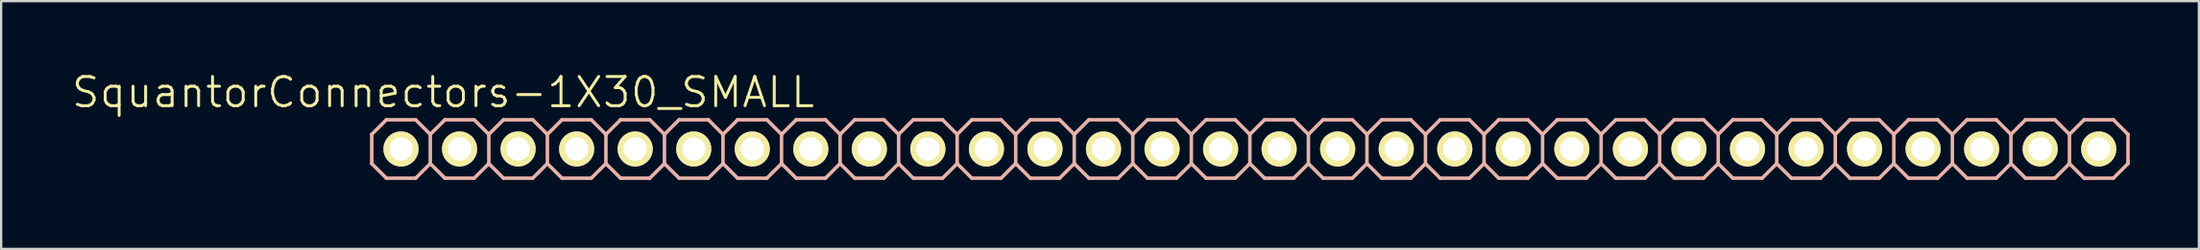
<source format=kicad_pcb>
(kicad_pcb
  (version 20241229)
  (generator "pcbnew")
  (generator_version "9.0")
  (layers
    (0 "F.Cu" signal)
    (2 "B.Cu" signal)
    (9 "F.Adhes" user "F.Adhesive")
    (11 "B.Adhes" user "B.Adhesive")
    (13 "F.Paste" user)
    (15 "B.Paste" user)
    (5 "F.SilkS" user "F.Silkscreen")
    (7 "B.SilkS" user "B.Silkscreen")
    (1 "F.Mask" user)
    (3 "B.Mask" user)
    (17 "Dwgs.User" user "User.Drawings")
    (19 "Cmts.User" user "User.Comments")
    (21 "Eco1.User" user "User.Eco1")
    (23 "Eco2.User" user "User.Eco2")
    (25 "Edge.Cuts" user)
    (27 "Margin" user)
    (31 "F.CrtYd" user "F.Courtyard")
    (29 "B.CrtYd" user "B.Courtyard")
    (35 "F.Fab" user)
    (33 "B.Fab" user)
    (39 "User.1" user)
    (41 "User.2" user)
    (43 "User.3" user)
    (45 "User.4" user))
  (footprint "SquantorConnectors-1X30_SMALL"
    (layer "F.Cu")
    (at 51.179 3.43)
    (property "Reference" "SquantorConnectors-1X30_SMALL" (at -34.999 -2.464 0) (layer "F.SilkS") (effects (font (size 1.27 1.27) (thickness 0.127))))
    (attr exclude_from_pos_files exclude_from_bom)
    (fp_line (start -37.084 -0.254) (end -36.576 -0.254) (stroke (width 0.066) (type solid)) (layer "F.SilkS"))
    (fp_line (start -37.084 0.254) (end -37.084 -0.254) (stroke (width 0.066) (type solid)) (layer "F.SilkS"))
    (fp_line (start -37.084 0.254) (end -36.576 0.254) (stroke (width 0.066) (type solid)) (layer "F.SilkS"))
    (fp_line (start -36.576 0.254) (end -36.576 -0.254) (stroke (width 0.066) (type solid)) (layer "F.SilkS"))
    (fp_line (start -34.544 -0.254) (end -34.036 -0.254) (stroke (width 0.066) (type solid)) (layer "F.SilkS"))
    (fp_line (start -34.544 0.254) (end -34.544 -0.254) (stroke (width 0.066) (type solid)) (layer "F.SilkS"))
    (fp_line (start -34.544 0.254) (end -34.036 0.254) (stroke (width 0.066) (type solid)) (layer "F.SilkS"))
    (fp_line (start -34.036 0.254) (end -34.036 -0.254) (stroke (width 0.066) (type solid)) (layer "F.SilkS"))
    (fp_line (start -32.004 -0.254) (end -31.496 -0.254) (stroke (width 0.066) (type solid)) (layer "F.SilkS"))
    (fp_line (start -32.004 0.254) (end -32.004 -0.254) (stroke (width 0.066) (type solid)) (layer "F.SilkS"))
    (fp_line (start -32.004 0.254) (end -31.496 0.254) (stroke (width 0.066) (type solid)) (layer "F.SilkS"))
    (fp_line (start -31.496 0.254) (end -31.496 -0.254) (stroke (width 0.066) (type solid)) (layer "F.SilkS"))
    (fp_line (start -29.464 -0.254) (end -28.953 -0.254) (stroke (width 0.066) (type solid)) (layer "F.SilkS"))
    (fp_line (start -29.464 0.254) (end -29.464 -0.254) (stroke (width 0.066) (type solid)) (layer "F.SilkS"))
    (fp_line (start -29.464 0.254) (end -28.953 0.254) (stroke (width 0.066) (type solid)) (layer "F.SilkS"))
    (fp_line (start -28.953 0.254) (end -28.953 -0.254) (stroke (width 0.066) (type solid)) (layer "F.SilkS"))
    (fp_line (start -26.924 -0.254) (end -26.416 -0.254) (stroke (width 0.066) (type solid)) (layer "F.SilkS"))
    (fp_line (start -26.924 0.254) (end -26.924 -0.254) (stroke (width 0.066) (type solid)) (layer "F.SilkS"))
    (fp_line (start -26.924 0.254) (end -26.416 0.254) (stroke (width 0.066) (type solid)) (layer "F.SilkS"))
    (fp_line (start -26.416 0.254) (end -26.416 -0.254) (stroke (width 0.066) (type solid)) (layer "F.SilkS"))
    (fp_line (start -24.384 -0.254) (end -23.876 -0.254) (stroke (width 0.066) (type solid)) (layer "F.SilkS"))
    (fp_line (start -24.384 0.254) (end -24.384 -0.254) (stroke (width 0.066) (type solid)) (layer "F.SilkS"))
    (fp_line (start -24.384 0.254) (end -23.876 0.254) (stroke (width 0.066) (type solid)) (layer "F.SilkS"))
    (fp_line (start -23.876 0.254) (end -23.876 -0.254) (stroke (width 0.066) (type solid)) (layer "F.SilkS"))
    (fp_line (start -21.844 -0.254) (end -21.336 -0.254) (stroke (width 0.066) (type solid)) (layer "F.SilkS"))
    (fp_line (start -21.844 0.254) (end -21.844 -0.254) (stroke (width 0.066) (type solid)) (layer "F.SilkS"))
    (fp_line (start -21.844 0.254) (end -21.336 0.254) (stroke (width 0.066) (type solid)) (layer "F.SilkS"))
    (fp_line (start -21.336 0.254) (end -21.336 -0.254) (stroke (width 0.066) (type solid)) (layer "F.SilkS"))
    (fp_line (start -19.304 -0.254) (end -18.796 -0.254) (stroke (width 0.066) (type solid)) (layer "F.SilkS"))
    (fp_line (start -19.304 0.254) (end -19.304 -0.254) (stroke (width 0.066) (type solid)) (layer "F.SilkS"))
    (fp_line (start -19.304 0.254) (end -18.796 0.254) (stroke (width 0.066) (type solid)) (layer "F.SilkS"))
    (fp_line (start -18.796 0.254) (end -18.796 -0.254) (stroke (width 0.066) (type solid)) (layer "F.SilkS"))
    (fp_line (start -16.764 -0.254) (end -16.256 -0.254) (stroke (width 0.066) (type solid)) (layer "F.SilkS"))
    (fp_line (start -16.764 0.254) (end -16.764 -0.254) (stroke (width 0.066) (type solid)) (layer "F.SilkS"))
    (fp_line (start -16.764 0.254) (end -16.256 0.254) (stroke (width 0.066) (type solid)) (layer "F.SilkS"))
    (fp_line (start -16.256 0.254) (end -16.256 -0.254) (stroke (width 0.066) (type solid)) (layer "F.SilkS"))
    (fp_line (start -14.224 -0.254) (end -13.716 -0.254) (stroke (width 0.066) (type solid)) (layer "F.SilkS"))
    (fp_line (start -14.224 0.254) (end -14.224 -0.254) (stroke (width 0.066) (type solid)) (layer "F.SilkS"))
    (fp_line (start -14.224 0.254) (end -13.716 0.254) (stroke (width 0.066) (type solid)) (layer "F.SilkS"))
    (fp_line (start -13.716 0.254) (end -13.716 -0.254) (stroke (width 0.066) (type solid)) (layer "F.SilkS"))
    (fp_line (start -11.684 -0.254) (end -11.176 -0.254) (stroke (width 0.066) (type solid)) (layer "F.SilkS"))
    (fp_line (start -11.684 0.254) (end -11.684 -0.254) (stroke (width 0.066) (type solid)) (layer "F.SilkS"))
    (fp_line (start -11.684 0.254) (end -11.176 0.254) (stroke (width 0.066) (type solid)) (layer "F.SilkS"))
    (fp_line (start -11.176 0.254) (end -11.176 -0.254) (stroke (width 0.066) (type solid)) (layer "F.SilkS"))
    (fp_line (start -9.144 -0.254) (end -8.636 -0.254) (stroke (width 0.066) (type solid)) (layer "F.SilkS"))
    (fp_line (start -9.144 0.254) (end -9.144 -0.254) (stroke (width 0.066) (type solid)) (layer "F.SilkS"))
    (fp_line (start -9.144 0.254) (end -8.636 0.254) (stroke (width 0.066) (type solid)) (layer "F.SilkS"))
    (fp_line (start -8.636 0.254) (end -8.636 -0.254) (stroke (width 0.066) (type solid)) (layer "F.SilkS"))
    (fp_line (start -6.604 -0.254) (end -6.096 -0.254) (stroke (width 0.066) (type solid)) (layer "F.SilkS"))
    (fp_line (start -6.604 0.254) (end -6.604 -0.254) (stroke (width 0.066) (type solid)) (layer "F.SilkS"))
    (fp_line (start -6.604 0.254) (end -6.096 0.254) (stroke (width 0.066) (type solid)) (layer "F.SilkS"))
    (fp_line (start -6.096 0.254) (end -6.096 -0.254) (stroke (width 0.066) (type solid)) (layer "F.SilkS"))
    (fp_line (start -4.064 -0.254) (end -3.556 -0.254) (stroke (width 0.066) (type solid)) (layer "F.SilkS"))
    (fp_line (start -4.064 0.254) (end -4.064 -0.254) (stroke (width 0.066) (type solid)) (layer "F.SilkS"))
    (fp_line (start -4.064 0.254) (end -3.556 0.254) (stroke (width 0.066) (type solid)) (layer "F.SilkS"))
    (fp_line (start -3.556 0.254) (end -3.556 -0.254) (stroke (width 0.066) (type solid)) (layer "F.SilkS"))
    (fp_line (start -1.524 -0.254) (end -1.016 -0.254) (stroke (width 0.066) (type solid)) (layer "F.SilkS"))
    (fp_line (start -1.524 0.254) (end -1.524 -0.254) (stroke (width 0.066) (type solid)) (layer "F.SilkS"))
    (fp_line (start -1.524 0.254) (end -1.016 0.254) (stroke (width 0.066) (type solid)) (layer "F.SilkS"))
    (fp_line (start -1.016 0.254) (end -1.016 -0.254) (stroke (width 0.066) (type solid)) (layer "F.SilkS"))
    (fp_line (start 1.016 -0.254) (end 1.524 -0.254) (stroke (width 0.066) (type solid)) (layer "F.SilkS"))
    (fp_line (start 1.016 0.254) (end 1.016 -0.254) (stroke (width 0.066) (type solid)) (layer "F.SilkS"))
    (fp_line (start 1.016 0.254) (end 1.524 0.254) (stroke (width 0.066) (type solid)) (layer "F.SilkS"))
    (fp_line (start 1.524 0.254) (end 1.524 -0.254) (stroke (width 0.066) (type solid)) (layer "F.SilkS"))
    (fp_line (start 3.556 -0.254) (end 4.064 -0.254) (stroke (width 0.066) (type solid)) (layer "F.SilkS"))
    (fp_line (start 3.556 0.254) (end 3.556 -0.254) (stroke (width 0.066) (type solid)) (layer "F.SilkS"))
    (fp_line (start 3.556 0.254) (end 4.064 0.254) (stroke (width 0.066) (type solid)) (layer "F.SilkS"))
    (fp_line (start 4.064 0.254) (end 4.064 -0.254) (stroke (width 0.066) (type solid)) (layer "F.SilkS"))
    (fp_line (start 6.096 -0.254) (end 6.604 -0.254) (stroke (width 0.066) (type solid)) (layer "F.SilkS"))
    (fp_line (start 6.096 0.254) (end 6.096 -0.254) (stroke (width 0.066) (type solid)) (layer "F.SilkS"))
    (fp_line (start 6.096 0.254) (end 6.604 0.254) (stroke (width 0.066) (type solid)) (layer "F.SilkS"))
    (fp_line (start 6.604 0.254) (end 6.604 -0.254) (stroke (width 0.066) (type solid)) (layer "F.SilkS"))
    (fp_line (start 8.636 -0.254) (end 9.144 -0.254) (stroke (width 0.066) (type solid)) (layer "F.SilkS"))
    (fp_line (start 8.636 0.254) (end 8.636 -0.254) (stroke (width 0.066) (type solid)) (layer "F.SilkS"))
    (fp_line (start 8.636 0.254) (end 9.144 0.254) (stroke (width 0.066) (type solid)) (layer "F.SilkS"))
    (fp_line (start 9.144 0.254) (end 9.144 -0.254) (stroke (width 0.066) (type solid)) (layer "F.SilkS"))
    (fp_line (start 11.176 -0.254) (end 11.684 -0.254) (stroke (width 0.066) (type solid)) (layer "F.SilkS"))
    (fp_line (start 11.176 0.254) (end 11.176 -0.254) (stroke (width 0.066) (type solid)) (layer "F.SilkS"))
    (fp_line (start 11.176 0.254) (end 11.684 0.254) (stroke (width 0.066) (type solid)) (layer "F.SilkS"))
    (fp_line (start 11.684 0.254) (end 11.684 -0.254) (stroke (width 0.066) (type solid)) (layer "F.SilkS"))
    (fp_line (start 13.716 -0.254) (end 14.224 -0.254) (stroke (width 0.066) (type solid)) (layer "F.SilkS"))
    (fp_line (start 13.716 0.254) (end 13.716 -0.254) (stroke (width 0.066) (type solid)) (layer "F.SilkS"))
    (fp_line (start 13.716 0.254) (end 14.224 0.254) (stroke (width 0.066) (type solid)) (layer "F.SilkS"))
    (fp_line (start 14.224 0.254) (end 14.224 -0.254) (stroke (width 0.066) (type solid)) (layer "F.SilkS"))
    (fp_line (start 16.256 -0.254) (end 16.764 -0.254) (stroke (width 0.066) (type solid)) (layer "F.SilkS"))
    (fp_line (start 16.256 0.254) (end 16.256 -0.254) (stroke (width 0.066) (type solid)) (layer "F.SilkS"))
    (fp_line (start 16.256 0.254) (end 16.764 0.254) (stroke (width 0.066) (type solid)) (layer "F.SilkS"))
    (fp_line (start 16.764 0.254) (end 16.764 -0.254) (stroke (width 0.066) (type solid)) (layer "F.SilkS"))
    (fp_line (start 18.796 -0.254) (end 19.304 -0.254) (stroke (width 0.066) (type solid)) (layer "F.SilkS"))
    (fp_line (start 18.796 0.254) (end 18.796 -0.254) (stroke (width 0.066) (type solid)) (layer "F.SilkS"))
    (fp_line (start 18.796 0.254) (end 19.304 0.254) (stroke (width 0.066) (type solid)) (layer "F.SilkS"))
    (fp_line (start 19.304 0.254) (end 19.304 -0.254) (stroke (width 0.066) (type solid)) (layer "F.SilkS"))
    (fp_line (start 21.336 -0.254) (end 21.844 -0.254) (stroke (width 0.066) (type solid)) (layer "F.SilkS"))
    (fp_line (start 21.336 0.254) (end 21.336 -0.254) (stroke (width 0.066) (type solid)) (layer "F.SilkS"))
    (fp_line (start 21.336 0.254) (end 21.844 0.254) (stroke (width 0.066) (type solid)) (layer "F.SilkS"))
    (fp_line (start 21.844 0.254) (end 21.844 -0.254) (stroke (width 0.066) (type solid)) (layer "F.SilkS"))
    (fp_line (start 23.876 -0.254) (end 24.384 -0.254) (stroke (width 0.066) (type solid)) (layer "F.SilkS"))
    (fp_line (start 23.876 0.254) (end 23.876 -0.254) (stroke (width 0.066) (type solid)) (layer "F.SilkS"))
    (fp_line (start 23.876 0.254) (end 24.384 0.254) (stroke (width 0.066) (type solid)) (layer "F.SilkS"))
    (fp_line (start 24.384 0.254) (end 24.384 -0.254) (stroke (width 0.066) (type solid)) (layer "F.SilkS"))
    (fp_line (start 26.416 -0.254) (end 26.924 -0.254) (stroke (width 0.066) (type solid)) (layer "F.SilkS"))
    (fp_line (start 26.416 0.254) (end 26.416 -0.254) (stroke (width 0.066) (type solid)) (layer "F.SilkS"))
    (fp_line (start 26.416 0.254) (end 26.924 0.254) (stroke (width 0.066) (type solid)) (layer "F.SilkS"))
    (fp_line (start 26.924 0.254) (end 26.924 -0.254) (stroke (width 0.066) (type solid)) (layer "F.SilkS"))
    (fp_line (start 28.953 -0.254) (end 29.464 -0.254) (stroke (width 0.066) (type solid)) (layer "F.SilkS"))
    (fp_line (start 28.953 0.254) (end 28.953 -0.254) (stroke (width 0.066) (type solid)) (layer "F.SilkS"))
    (fp_line (start 28.953 0.254) (end 29.464 0.254) (stroke (width 0.066) (type solid)) (layer "F.SilkS"))
    (fp_line (start 29.464 0.254) (end 29.464 -0.254) (stroke (width 0.066) (type solid)) (layer "F.SilkS"))
    (fp_line (start 31.496 -0.254) (end 32.004 -0.254) (stroke (width 0.066) (type solid)) (layer "F.SilkS"))
    (fp_line (start 31.496 0.254) (end 31.496 -0.254) (stroke (width 0.066) (type solid)) (layer "F.SilkS"))
    (fp_line (start 31.496 0.254) (end 32.004 0.254) (stroke (width 0.066) (type solid)) (layer "F.SilkS"))
    (fp_line (start 32.004 0.254) (end 32.004 -0.254) (stroke (width 0.066) (type solid)) (layer "F.SilkS"))
    (fp_line (start 34.036 -0.254) (end 34.544 -0.254) (stroke (width 0.066) (type solid)) (layer "F.SilkS"))
    (fp_line (start 34.036 0.254) (end 34.036 -0.254) (stroke (width 0.066) (type solid)) (layer "F.SilkS"))
    (fp_line (start 34.036 0.254) (end 34.544 0.254) (stroke (width 0.066) (type solid)) (layer "F.SilkS"))
    (fp_line (start 34.544 0.254) (end 34.544 -0.254) (stroke (width 0.066) (type solid)) (layer "F.SilkS"))
    (fp_line (start 36.576 -0.254) (end 37.084 -0.254) (stroke (width 0.066) (type solid)) (layer "F.SilkS"))
    (fp_line (start 36.576 0.254) (end 36.576 -0.254) (stroke (width 0.066) (type solid)) (layer "F.SilkS"))
    (fp_line (start 36.576 0.254) (end 37.084 0.254) (stroke (width 0.066) (type solid)) (layer "F.SilkS"))
    (fp_line (start 37.084 0.254) (end 37.084 -0.254) (stroke (width 0.066) (type solid)) (layer "F.SilkS"))
    (fp_line (start -38.1 -0.635) (end -38.1 0.635) (stroke (width 0.152) (type solid)) (layer "B.SilkS"))
    (fp_line (start -38.1 0.635) (end -37.465 1.27) (stroke (width 0.152) (type solid)) (layer "B.SilkS"))
    (fp_line (start -37.465 -1.27) (end -38.1 -0.635) (stroke (width 0.152) (type solid)) (layer "B.SilkS"))
    (fp_line (start -37.465 -1.27) (end -36.195 -1.27) (stroke (width 0.152) (type solid)) (layer "B.SilkS"))
    (fp_line (start -36.195 -1.27) (end -35.56 -0.635) (stroke (width 0.152) (type solid)) (layer "B.SilkS"))
    (fp_line (start -36.195 1.27) (end -37.465 1.27) (stroke (width 0.152) (type solid)) (layer "B.SilkS"))
    (fp_line (start -35.56 -0.635) (end -35.56 0.635) (stroke (width 0.152) (type solid)) (layer "B.SilkS"))
    (fp_line (start -35.56 -0.635) (end -34.925 -1.27) (stroke (width 0.152) (type solid)) (layer "B.SilkS"))
    (fp_line (start -35.56 0.635) (end -36.195 1.27) (stroke (width 0.152) (type solid)) (layer "B.SilkS"))
    (fp_line (start -34.925 -1.27) (end -33.655 -1.27) (stroke (width 0.152) (type solid)) (layer "B.SilkS"))
    (fp_line (start -34.925 1.27) (end -35.56 0.635) (stroke (width 0.152) (type solid)) (layer "B.SilkS"))
    (fp_line (start -33.655 -1.27) (end -33.02 -0.635) (stroke (width 0.152) (type solid)) (layer "B.SilkS"))
    (fp_line (start -33.655 1.27) (end -34.925 1.27) (stroke (width 0.152) (type solid)) (layer "B.SilkS"))
    (fp_line (start -33.02 -0.635) (end -33.02 0.635) (stroke (width 0.152) (type solid)) (layer "B.SilkS"))
    (fp_line (start -33.02 -0.635) (end -32.385 -1.27) (stroke (width 0.152) (type solid)) (layer "B.SilkS"))
    (fp_line (start -33.02 0.635) (end -33.655 1.27) (stroke (width 0.152) (type solid)) (layer "B.SilkS"))
    (fp_line (start -32.385 -1.27) (end -31.115 -1.27) (stroke (width 0.152) (type solid)) (layer "B.SilkS"))
    (fp_line (start -32.385 1.27) (end -33.02 0.635) (stroke (width 0.152) (type solid)) (layer "B.SilkS"))
    (fp_line (start -31.115 -1.27) (end -30.48 -0.635) (stroke (width 0.152) (type solid)) (layer "B.SilkS"))
    (fp_line (start -31.115 1.27) (end -32.385 1.27) (stroke (width 0.152) (type solid)) (layer "B.SilkS"))
    (fp_line (start -30.48 -0.635) (end -30.48 0.635) (stroke (width 0.152) (type solid)) (layer "B.SilkS"))
    (fp_line (start -30.48 0.635) (end -31.115 1.27) (stroke (width 0.152) (type solid)) (layer "B.SilkS"))
    (fp_line (start -30.48 0.635) (end -29.845 1.27) (stroke (width 0.152) (type solid)) (layer "B.SilkS"))
    (fp_line (start -29.845 -1.27) (end -30.48 -0.635) (stroke (width 0.152) (type solid)) (layer "B.SilkS"))
    (fp_line (start -29.845 -1.27) (end -28.575 -1.27) (stroke (width 0.152) (type solid)) (layer "B.SilkS"))
    (fp_line (start -28.575 -1.27) (end -27.94 -0.635) (stroke (width 0.152) (type solid)) (layer "B.SilkS"))
    (fp_line (start -28.575 1.27) (end -29.845 1.27) (stroke (width 0.152) (type solid)) (layer "B.SilkS"))
    (fp_line (start -27.94 -0.635) (end -27.94 0.635) (stroke (width 0.152) (type solid)) (layer "B.SilkS"))
    (fp_line (start -27.94 -0.635) (end -27.305 -1.27) (stroke (width 0.152) (type solid)) (layer "B.SilkS"))
    (fp_line (start -27.94 0.635) (end -28.575 1.27) (stroke (width 0.152) (type solid)) (layer "B.SilkS"))
    (fp_line (start -27.305 -1.27) (end -26.035 -1.27) (stroke (width 0.152) (type solid)) (layer "B.SilkS"))
    (fp_line (start -27.305 1.27) (end -27.94 0.635) (stroke (width 0.152) (type solid)) (layer "B.SilkS"))
    (fp_line (start -26.035 -1.27) (end -25.4 -0.635) (stroke (width 0.152) (type solid)) (layer "B.SilkS"))
    (fp_line (start -26.035 1.27) (end -27.305 1.27) (stroke (width 0.152) (type solid)) (layer "B.SilkS"))
    (fp_line (start -25.4 -0.635) (end -25.4 0.635) (stroke (width 0.152) (type solid)) (layer "B.SilkS"))
    (fp_line (start -25.4 -0.635) (end -24.765 -1.27) (stroke (width 0.152) (type solid)) (layer "B.SilkS"))
    (fp_line (start -25.4 0.635) (end -26.035 1.27) (stroke (width 0.152) (type solid)) (layer "B.SilkS"))
    (fp_line (start -24.765 -1.27) (end -23.495 -1.27) (stroke (width 0.152) (type solid)) (layer "B.SilkS"))
    (fp_line (start -24.765 1.27) (end -25.4 0.635) (stroke (width 0.152) (type solid)) (layer "B.SilkS"))
    (fp_line (start -23.495 -1.27) (end -22.86 -0.635) (stroke (width 0.152) (type solid)) (layer "B.SilkS"))
    (fp_line (start -23.495 1.27) (end -24.765 1.27) (stroke (width 0.152) (type solid)) (layer "B.SilkS"))
    (fp_line (start -22.86 -0.635) (end -22.86 0.635) (stroke (width 0.152) (type solid)) (layer "B.SilkS"))
    (fp_line (start -22.86 0.635) (end -23.495 1.27) (stroke (width 0.152) (type solid)) (layer "B.SilkS"))
    (fp_line (start -22.86 0.635) (end -22.225 1.27) (stroke (width 0.152) (type solid)) (layer "B.SilkS"))
    (fp_line (start -22.225 -1.27) (end -22.86 -0.635) (stroke (width 0.152) (type solid)) (layer "B.SilkS"))
    (fp_line (start -22.225 -1.27) (end -20.955 -1.27) (stroke (width 0.152) (type solid)) (layer "B.SilkS"))
    (fp_line (start -20.955 -1.27) (end -20.32 -0.635) (stroke (width 0.152) (type solid)) (layer "B.SilkS"))
    (fp_line (start -20.955 1.27) (end -22.225 1.27) (stroke (width 0.152) (type solid)) (layer "B.SilkS"))
    (fp_line (start -20.32 -0.635) (end -20.32 0.635) (stroke (width 0.152) (type solid)) (layer "B.SilkS"))
    (fp_line (start -20.32 -0.635) (end -19.685 -1.27) (stroke (width 0.152) (type solid)) (layer "B.SilkS"))
    (fp_line (start -20.32 0.635) (end -20.955 1.27) (stroke (width 0.152) (type solid)) (layer "B.SilkS"))
    (fp_line (start -19.685 -1.27) (end -18.415 -1.27) (stroke (width 0.152) (type solid)) (layer "B.SilkS"))
    (fp_line (start -19.685 1.27) (end -20.32 0.635) (stroke (width 0.152) (type solid)) (layer "B.SilkS"))
    (fp_line (start -18.415 -1.27) (end -17.78 -0.635) (stroke (width 0.152) (type solid)) (layer "B.SilkS"))
    (fp_line (start -18.415 1.27) (end -19.685 1.27) (stroke (width 0.152) (type solid)) (layer "B.SilkS"))
    (fp_line (start -17.78 -0.635) (end -17.78 0.635) (stroke (width 0.152) (type solid)) (layer "B.SilkS"))
    (fp_line (start -17.78 -0.635) (end -17.145 -1.27) (stroke (width 0.152) (type solid)) (layer "B.SilkS"))
    (fp_line (start -17.78 0.635) (end -18.415 1.27) (stroke (width 0.152) (type solid)) (layer "B.SilkS"))
    (fp_line (start -17.145 -1.27) (end -15.875 -1.27) (stroke (width 0.152) (type solid)) (layer "B.SilkS"))
    (fp_line (start -17.145 1.27) (end -17.78 0.635) (stroke (width 0.152) (type solid)) (layer "B.SilkS"))
    (fp_line (start -15.875 -1.27) (end -15.24 -0.635) (stroke (width 0.152) (type solid)) (layer "B.SilkS"))
    (fp_line (start -15.875 1.27) (end -17.145 1.27) (stroke (width 0.152) (type solid)) (layer "B.SilkS"))
    (fp_line (start -15.24 -0.635) (end -15.24 0.635) (stroke (width 0.152) (type solid)) (layer "B.SilkS"))
    (fp_line (start -15.24 0.635) (end -15.875 1.27) (stroke (width 0.152) (type solid)) (layer "B.SilkS"))
    (fp_line (start -15.24 0.635) (end -14.605 1.27) (stroke (width 0.152) (type solid)) (layer "B.SilkS"))
    (fp_line (start -14.605 -1.27) (end -15.24 -0.635) (stroke (width 0.152) (type solid)) (layer "B.SilkS"))
    (fp_line (start -14.605 -1.27) (end -13.335 -1.27) (stroke (width 0.152) (type solid)) (layer "B.SilkS"))
    (fp_line (start -13.335 -1.27) (end -12.7 -0.635) (stroke (width 0.152) (type solid)) (layer "B.SilkS"))
    (fp_line (start -13.335 1.27) (end -14.605 1.27) (stroke (width 0.152) (type solid)) (layer "B.SilkS"))
    (fp_line (start -12.7 -0.635) (end -12.7 0.635) (stroke (width 0.152) (type solid)) (layer "B.SilkS"))
    (fp_line (start -12.7 -0.635) (end -12.065 -1.27) (stroke (width 0.152) (type solid)) (layer "B.SilkS"))
    (fp_line (start -12.7 0.635) (end -13.335 1.27) (stroke (width 0.152) (type solid)) (layer "B.SilkS"))
    (fp_line (start -12.065 -1.27) (end -10.795 -1.27) (stroke (width 0.152) (type solid)) (layer "B.SilkS"))
    (fp_line (start -12.065 1.27) (end -12.7 0.635) (stroke (width 0.152) (type solid)) (layer "B.SilkS"))
    (fp_line (start -10.795 -1.27) (end -10.16 -0.635) (stroke (width 0.152) (type solid)) (layer "B.SilkS"))
    (fp_line (start -10.795 1.27) (end -12.065 1.27) (stroke (width 0.152) (type solid)) (layer "B.SilkS"))
    (fp_line (start -10.16 -0.635) (end -10.16 0.635) (stroke (width 0.152) (type solid)) (layer "B.SilkS"))
    (fp_line (start -10.16 -0.635) (end -9.525 -1.27) (stroke (width 0.152) (type solid)) (layer "B.SilkS"))
    (fp_line (start -10.16 0.635) (end -10.795 1.27) (stroke (width 0.152) (type solid)) (layer "B.SilkS"))
    (fp_line (start -9.525 -1.27) (end -8.255 -1.27) (stroke (width 0.152) (type solid)) (layer "B.SilkS"))
    (fp_line (start -9.525 1.27) (end -10.16 0.635) (stroke (width 0.152) (type solid)) (layer "B.SilkS"))
    (fp_line (start -8.255 -1.27) (end -7.62 -0.635) (stroke (width 0.152) (type solid)) (layer "B.SilkS"))
    (fp_line (start -8.255 1.27) (end -9.525 1.27) (stroke (width 0.152) (type solid)) (layer "B.SilkS"))
    (fp_line (start -7.62 -0.635) (end -7.62 0.635) (stroke (width 0.152) (type solid)) (layer "B.SilkS"))
    (fp_line (start -7.62 0.635) (end -8.255 1.27) (stroke (width 0.152) (type solid)) (layer "B.SilkS"))
    (fp_line (start -7.62 0.635) (end -6.985 1.27) (stroke (width 0.152) (type solid)) (layer "B.SilkS"))
    (fp_line (start -6.985 -1.27) (end -7.62 -0.635) (stroke (width 0.152) (type solid)) (layer "B.SilkS"))
    (fp_line (start -6.985 -1.27) (end -5.715 -1.27) (stroke (width 0.152) (type solid)) (layer "B.SilkS"))
    (fp_line (start -5.715 -1.27) (end -5.08 -0.635) (stroke (width 0.152) (type solid)) (layer "B.SilkS"))
    (fp_line (start -5.715 1.27) (end -6.985 1.27) (stroke (width 0.152) (type solid)) (layer "B.SilkS"))
    (fp_line (start -5.08 -0.635) (end -5.08 0.635) (stroke (width 0.152) (type solid)) (layer "B.SilkS"))
    (fp_line (start -5.08 -0.635) (end -4.445 -1.27) (stroke (width 0.152) (type solid)) (layer "B.SilkS"))
    (fp_line (start -5.08 0.635) (end -5.715 1.27) (stroke (width 0.152) (type solid)) (layer "B.SilkS"))
    (fp_line (start -4.445 -1.27) (end -3.175 -1.27) (stroke (width 0.152) (type solid)) (layer "B.SilkS"))
    (fp_line (start -4.445 1.27) (end -5.08 0.635) (stroke (width 0.152) (type solid)) (layer "B.SilkS"))
    (fp_line (start -3.175 -1.27) (end -2.54 -0.635) (stroke (width 0.152) (type solid)) (layer "B.SilkS"))
    (fp_line (start -3.175 1.27) (end -4.445 1.27) (stroke (width 0.152) (type solid)) (layer "B.SilkS"))
    (fp_line (start -2.54 -0.635) (end -2.54 0.635) (stroke (width 0.152) (type solid)) (layer "B.SilkS"))
    (fp_line (start -2.54 -0.635) (end -1.905 -1.27) (stroke (width 0.152) (type solid)) (layer "B.SilkS"))
    (fp_line (start -2.54 0.635) (end -3.175 1.27) (stroke (width 0.152) (type solid)) (layer "B.SilkS"))
    (fp_line (start -1.905 -1.27) (end -0.635 -1.27) (stroke (width 0.152) (type solid)) (layer "B.SilkS"))
    (fp_line (start -1.905 1.27) (end -2.54 0.635) (stroke (width 0.152) (type solid)) (layer "B.SilkS"))
    (fp_line (start -0.635 -1.27) (end 0 -0.635) (stroke (width 0.152) (type solid)) (layer "B.SilkS"))
    (fp_line (start -0.635 1.27) (end -1.905 1.27) (stroke (width 0.152) (type solid)) (layer "B.SilkS"))
    (fp_line (start 0 -0.635) (end 0 0.635) (stroke (width 0.152) (type solid)) (layer "B.SilkS"))
    (fp_line (start 0 0.635) (end -0.635 1.27) (stroke (width 0.152) (type solid)) (layer "B.SilkS"))
    (fp_line (start 0 0.635) (end 0.635 1.27) (stroke (width 0.152) (type solid)) (layer "B.SilkS"))
    (fp_line (start 0.635 -1.27) (end 0 -0.635) (stroke (width 0.152) (type solid)) (layer "B.SilkS"))
    (fp_line (start 0.635 -1.27) (end 1.905 -1.27) (stroke (width 0.152) (type solid)) (layer "B.SilkS"))
    (fp_line (start 1.905 -1.27) (end 2.54 -0.635) (stroke (width 0.152) (type solid)) (layer "B.SilkS"))
    (fp_line (start 1.905 1.27) (end 0.635 1.27) (stroke (width 0.152) (type solid)) (layer "B.SilkS"))
    (fp_line (start 2.54 -0.635) (end 2.54 0.635) (stroke (width 0.152) (type solid)) (layer "B.SilkS"))
    (fp_line (start 2.54 -0.635) (end 3.175 -1.27) (stroke (width 0.152) (type solid)) (layer "B.SilkS"))
    (fp_line (start 2.54 0.635) (end 1.905 1.27) (stroke (width 0.152) (type solid)) (layer "B.SilkS"))
    (fp_line (start 3.175 -1.27) (end 4.445 -1.27) (stroke (width 0.152) (type solid)) (layer "B.SilkS"))
    (fp_line (start 3.175 1.27) (end 2.54 0.635) (stroke (width 0.152) (type solid)) (layer "B.SilkS"))
    (fp_line (start 4.445 -1.27) (end 5.08 -0.635) (stroke (width 0.152) (type solid)) (layer "B.SilkS"))
    (fp_line (start 4.445 1.27) (end 3.175 1.27) (stroke (width 0.152) (type solid)) (layer "B.SilkS"))
    (fp_line (start 5.08 -0.635) (end 5.08 0.635) (stroke (width 0.152) (type solid)) (layer "B.SilkS"))
    (fp_line (start 5.08 -0.635) (end 5.715 -1.27) (stroke (width 0.152) (type solid)) (layer "B.SilkS"))
    (fp_line (start 5.08 0.635) (end 4.445 1.27) (stroke (width 0.152) (type solid)) (layer "B.SilkS"))
    (fp_line (start 5.715 -1.27) (end 6.985 -1.27) (stroke (width 0.152) (type solid)) (layer "B.SilkS"))
    (fp_line (start 5.715 1.27) (end 5.08 0.635) (stroke (width 0.152) (type solid)) (layer "B.SilkS"))
    (fp_line (start 6.985 -1.27) (end 7.62 -0.635) (stroke (width 0.152) (type solid)) (layer "B.SilkS"))
    (fp_line (start 6.985 1.27) (end 5.715 1.27) (stroke (width 0.152) (type solid)) (layer "B.SilkS"))
    (fp_line (start 7.62 -0.635) (end 7.62 0.635) (stroke (width 0.152) (type solid)) (layer "B.SilkS"))
    (fp_line (start 7.62 0.635) (end 6.985 1.27) (stroke (width 0.152) (type solid)) (layer "B.SilkS"))
    (fp_line (start 7.62 0.635) (end 8.255 1.27) (stroke (width 0.152) (type solid)) (layer "B.SilkS"))
    (fp_line (start 8.255 -1.27) (end 7.62 -0.635) (stroke (width 0.152) (type solid)) (layer "B.SilkS"))
    (fp_line (start 8.255 -1.27) (end 9.525 -1.27) (stroke (width 0.152) (type solid)) (layer "B.SilkS"))
    (fp_line (start 9.525 -1.27) (end 10.16 -0.635) (stroke (width 0.152) (type solid)) (layer "B.SilkS"))
    (fp_line (start 9.525 1.27) (end 8.255 1.27) (stroke (width 0.152) (type solid)) (layer "B.SilkS"))
    (fp_line (start 10.16 -0.635) (end 10.16 0.635) (stroke (width 0.152) (type solid)) (layer "B.SilkS"))
    (fp_line (start 10.16 0.635) (end 9.525 1.27) (stroke (width 0.152) (type solid)) (layer "B.SilkS"))
    (fp_line (start 10.16 0.635) (end 10.795 1.27) (stroke (width 0.152) (type solid)) (layer "B.SilkS"))
    (fp_line (start 10.795 -1.27) (end 10.16 -0.635) (stroke (width 0.152) (type solid)) (layer "B.SilkS"))
    (fp_line (start 10.795 -1.27) (end 12.065 -1.27) (stroke (width 0.152) (type solid)) (layer "B.SilkS"))
    (fp_line (start 12.065 -1.27) (end 12.7 -0.635) (stroke (width 0.152) (type solid)) (layer "B.SilkS"))
    (fp_line (start 12.065 1.27) (end 10.795 1.27) (stroke (width 0.152) (type solid)) (layer "B.SilkS"))
    (fp_line (start 12.7 -0.635) (end 12.7 0.635) (stroke (width 0.152) (type solid)) (layer "B.SilkS"))
    (fp_line (start 12.7 0.635) (end 12.065 1.27) (stroke (width 0.152) (type solid)) (layer "B.SilkS"))
    (fp_line (start 12.7 0.635) (end 13.335 1.27) (stroke (width 0.152) (type solid)) (layer "B.SilkS"))
    (fp_line (start 13.335 -1.27) (end 12.7 -0.635) (stroke (width 0.152) (type solid)) (layer "B.SilkS"))
    (fp_line (start 13.335 -1.27) (end 14.605 -1.27) (stroke (width 0.152) (type solid)) (layer "B.SilkS"))
    (fp_line (start 14.605 -1.27) (end 15.24 -0.635) (stroke (width 0.152) (type solid)) (layer "B.SilkS"))
    (fp_line (start 14.605 1.27) (end 13.335 1.27) (stroke (width 0.152) (type solid)) (layer "B.SilkS"))
    (fp_line (start 15.24 -0.635) (end 15.24 0.635) (stroke (width 0.152) (type solid)) (layer "B.SilkS"))
    (fp_line (start 15.24 0.635) (end 14.605 1.27) (stroke (width 0.152) (type solid)) (layer "B.SilkS"))
    (fp_line (start 15.24 0.635) (end 15.875 1.27) (stroke (width 0.152) (type solid)) (layer "B.SilkS"))
    (fp_line (start 15.875 -1.27) (end 15.24 -0.635) (stroke (width 0.152) (type solid)) (layer "B.SilkS"))
    (fp_line (start 15.875 -1.27) (end 17.145 -1.27) (stroke (width 0.152) (type solid)) (layer "B.SilkS"))
    (fp_line (start 17.145 -1.27) (end 17.78 -0.635) (stroke (width 0.152) (type solid)) (layer "B.SilkS"))
    (fp_line (start 17.145 1.27) (end 15.875 1.27) (stroke (width 0.152) (type solid)) (layer "B.SilkS"))
    (fp_line (start 17.78 -0.635) (end 17.78 0.635) (stroke (width 0.152) (type solid)) (layer "B.SilkS"))
    (fp_line (start 17.78 0.635) (end 17.145 1.27) (stroke (width 0.152) (type solid)) (layer "B.SilkS"))
    (fp_line (start 17.78 0.635) (end 18.415 1.27) (stroke (width 0.152) (type solid)) (layer "B.SilkS"))
    (fp_line (start 18.415 -1.27) (end 17.78 -0.635) (stroke (width 0.152) (type solid)) (layer "B.SilkS"))
    (fp_line (start 18.415 -1.27) (end 19.685 -1.27) (stroke (width 0.152) (type solid)) (layer "B.SilkS"))
    (fp_line (start 19.685 -1.27) (end 20.32 -0.635) (stroke (width 0.152) (type solid)) (layer "B.SilkS"))
    (fp_line (start 19.685 1.27) (end 18.415 1.27) (stroke (width 0.152) (type solid)) (layer "B.SilkS"))
    (fp_line (start 20.32 -0.635) (end 20.32 0.635) (stroke (width 0.152) (type solid)) (layer "B.SilkS"))
    (fp_line (start 20.32 0.635) (end 19.685 1.27) (stroke (width 0.152) (type solid)) (layer "B.SilkS"))
    (fp_line (start 20.32 0.635) (end 20.955 1.27) (stroke (width 0.152) (type solid)) (layer "B.SilkS"))
    (fp_line (start 20.955 -1.27) (end 20.32 -0.635) (stroke (width 0.152) (type solid)) (layer "B.SilkS"))
    (fp_line (start 20.955 -1.27) (end 22.225 -1.27) (stroke (width 0.152) (type solid)) (layer "B.SilkS"))
    (fp_line (start 22.225 -1.27) (end 22.86 -0.635) (stroke (width 0.152) (type solid)) (layer "B.SilkS"))
    (fp_line (start 22.225 1.27) (end 20.955 1.27) (stroke (width 0.152) (type solid)) (layer "B.SilkS"))
    (fp_line (start 22.86 -0.635) (end 22.86 0.635) (stroke (width 0.152) (type solid)) (layer "B.SilkS"))
    (fp_line (start 22.86 0.635) (end 22.225 1.27) (stroke (width 0.152) (type solid)) (layer "B.SilkS"))
    (fp_line (start 22.86 0.635) (end 23.495 1.27) (stroke (width 0.152) (type solid)) (layer "B.SilkS"))
    (fp_line (start 23.495 -1.27) (end 22.86 -0.635) (stroke (width 0.152) (type solid)) (layer "B.SilkS"))
    (fp_line (start 23.495 -1.27) (end 24.765 -1.27) (stroke (width 0.152) (type solid)) (layer "B.SilkS"))
    (fp_line (start 24.765 -1.27) (end 25.4 -0.635) (stroke (width 0.152) (type solid)) (layer "B.SilkS"))
    (fp_line (start 24.765 1.27) (end 23.495 1.27) (stroke (width 0.152) (type solid)) (layer "B.SilkS"))
    (fp_line (start 25.4 -0.635) (end 25.4 0.635) (stroke (width 0.152) (type solid)) (layer "B.SilkS"))
    (fp_line (start 25.4 0.635) (end 24.765 1.27) (stroke (width 0.152) (type solid)) (layer "B.SilkS"))
    (fp_line (start 25.4 0.635) (end 26.035 1.27) (stroke (width 0.152) (type solid)) (layer "B.SilkS"))
    (fp_line (start 26.035 -1.27) (end 25.4 -0.635) (stroke (width 0.152) (type solid)) (layer "B.SilkS"))
    (fp_line (start 26.035 -1.27) (end 27.305 -1.27) (stroke (width 0.152) (type solid)) (layer "B.SilkS"))
    (fp_line (start 27.305 -1.27) (end 27.94 -0.635) (stroke (width 0.152) (type solid)) (layer "B.SilkS"))
    (fp_line (start 27.305 1.27) (end 26.035 1.27) (stroke (width 0.152) (type solid)) (layer "B.SilkS"))
    (fp_line (start 27.94 -0.635) (end 27.94 0.635) (stroke (width 0.152) (type solid)) (layer "B.SilkS"))
    (fp_line (start 27.94 0.635) (end 27.305 1.27) (stroke (width 0.152) (type solid)) (layer "B.SilkS"))
    (fp_line (start 27.94 0.635) (end 28.575 1.27) (stroke (width 0.152) (type solid)) (layer "B.SilkS"))
    (fp_line (start 28.575 -1.27) (end 27.94 -0.635) (stroke (width 0.152) (type solid)) (layer "B.SilkS"))
    (fp_line (start 28.575 -1.27) (end 29.845 -1.27) (stroke (width 0.152) (type solid)) (layer "B.SilkS"))
    (fp_line (start 29.845 -1.27) (end 30.48 -0.635) (stroke (width 0.152) (type solid)) (layer "B.SilkS"))
    (fp_line (start 29.845 1.27) (end 28.575 1.27) (stroke (width 0.152) (type solid)) (layer "B.SilkS"))
    (fp_line (start 30.48 -0.635) (end 30.48 0.635) (stroke (width 0.152) (type solid)) (layer "B.SilkS"))
    (fp_line (start 30.48 0.635) (end 29.845 1.27) (stroke (width 0.152) (type solid)) (layer "B.SilkS"))
    (fp_line (start 30.48 0.635) (end 31.115 1.27) (stroke (width 0.152) (type solid)) (layer "B.SilkS"))
    (fp_line (start 31.115 -1.27) (end 30.48 -0.635) (stroke (width 0.152) (type solid)) (layer "B.SilkS"))
    (fp_line (start 31.115 -1.27) (end 32.385 -1.27) (stroke (width 0.152) (type solid)) (layer "B.SilkS"))
    (fp_line (start 32.385 -1.27) (end 33.02 -0.635) (stroke (width 0.152) (type solid)) (layer "B.SilkS"))
    (fp_line (start 32.385 1.27) (end 31.115 1.27) (stroke (width 0.152) (type solid)) (layer "B.SilkS"))
    (fp_line (start 33.02 -0.635) (end 33.02 0.635) (stroke (width 0.152) (type solid)) (layer "B.SilkS"))
    (fp_line (start 33.02 0.635) (end 32.385 1.27) (stroke (width 0.152) (type solid)) (layer "B.SilkS"))
    (fp_line (start 33.02 0.635) (end 33.655 1.27) (stroke (width 0.152) (type solid)) (layer "B.SilkS"))
    (fp_line (start 33.655 -1.27) (end 33.02 -0.635) (stroke (width 0.152) (type solid)) (layer "B.SilkS"))
    (fp_line (start 33.655 -1.27) (end 34.925 -1.27) (stroke (width 0.152) (type solid)) (layer "B.SilkS"))
    (fp_line (start 34.925 -1.27) (end 35.56 -0.635) (stroke (width 0.152) (type solid)) (layer "B.SilkS"))
    (fp_line (start 34.925 1.27) (end 33.655 1.27) (stroke (width 0.152) (type solid)) (layer "B.SilkS"))
    (fp_line (start 35.56 -0.635) (end 35.56 0.635) (stroke (width 0.152) (type solid)) (layer "B.SilkS"))
    (fp_line (start 35.56 0.635) (end 34.925 1.27) (stroke (width 0.152) (type solid)) (layer "B.SilkS"))
    (fp_line (start 35.56 0.635) (end 36.195 1.27) (stroke (width 0.152) (type solid)) (layer "B.SilkS"))
    (fp_line (start 36.195 -1.27) (end 35.56 -0.635) (stroke (width 0.152) (type solid)) (layer "B.SilkS"))
    (fp_line (start 36.195 -1.27) (end 37.465 -1.27) (stroke (width 0.152) (type solid)) (layer "B.SilkS"))
    (fp_line (start 37.465 -1.27) (end 38.1 -0.635) (stroke (width 0.152) (type solid)) (layer "B.SilkS"))
    (fp_line (start 37.465 1.27) (end 36.195 1.27) (stroke (width 0.152) (type solid)) (layer "B.SilkS"))
    (fp_line (start 38.1 -0.635) (end 38.1 0.635) (stroke (width 0.152) (type solid)) (layer "B.SilkS"))
    (fp_line (start 38.1 0.635) (end 37.465 1.27) (stroke (width 0.152) (type solid)) (layer "B.SilkS"))
    (pad "1" thru_hole circle (at -36.83 0) (size 1.524 1.524) (drill 1.016) (layers "*.Cu" "F.Mask" "F.SilkS" "F.Paste"))
    (pad "2" thru_hole circle (at -34.29 0) (size 1.524 1.524) (drill 1.016) (layers "*.Cu" "F.Mask" "F.SilkS" "F.Paste"))
    (pad "3" thru_hole circle (at -31.75 0) (size 1.524 1.524) (drill 1.016) (layers "*.Cu" "F.Mask" "F.SilkS" "F.Paste"))
    (pad "4" thru_hole circle (at -29.21 0) (size 1.524 1.524) (drill 1.016) (layers "*.Cu" "F.Mask" "F.SilkS" "F.Paste"))
    (pad "5" thru_hole circle (at -26.67 0) (size 1.524 1.524) (drill 1.016) (layers "*.Cu" "F.Mask" "F.SilkS" "F.Paste"))
    (pad "6" thru_hole circle (at -24.13 0) (size 1.524 1.524) (drill 1.016) (layers "*.Cu" "F.Mask" "F.SilkS" "F.Paste"))
    (pad "7" thru_hole circle (at -21.59 0) (size 1.524 1.524) (drill 1.016) (layers "*.Cu" "F.Mask" "F.SilkS" "F.Paste"))
    (pad "8" thru_hole circle (at -19.05 0) (size 1.524 1.524) (drill 1.016) (layers "*.Cu" "F.Mask" "F.SilkS" "F.Paste"))
    (pad "9" thru_hole circle (at -16.51 0) (size 1.524 1.524) (drill 1.016) (layers "*.Cu" "F.Mask" "F.SilkS" "F.Paste"))
    (pad "10" thru_hole circle (at -13.97 0) (size 1.524 1.524) (drill 1.016) (layers "*.Cu" "F.Mask" "F.SilkS" "F.Paste"))
    (pad "11" thru_hole circle (at -11.43 0) (size 1.524 1.524) (drill 1.016) (layers "*.Cu" "F.Mask" "F.SilkS" "F.Paste"))
    (pad "12" thru_hole circle (at -8.89 0) (size 1.524 1.524) (drill 1.016) (layers "*.Cu" "F.Mask" "F.SilkS" "F.Paste"))
    (pad "13" thru_hole circle (at -6.35 0) (size 1.524 1.524) (drill 1.016) (layers "*.Cu" "F.Mask" "F.SilkS" "F.Paste"))
    (pad "14" thru_hole circle (at -3.81 0) (size 1.524 1.524) (drill 1.016) (layers "*.Cu" "F.Mask" "F.SilkS" "F.Paste"))
    (pad "15" thru_hole circle (at -1.27 0) (size 1.524 1.524) (drill 1.016) (layers "*.Cu" "F.Mask" "F.SilkS" "F.Paste"))
    (pad "16" thru_hole circle (at 1.27 0) (size 1.524 1.524) (drill 1.016) (layers "*.Cu" "F.Mask" "F.SilkS" "F.Paste"))
    (pad "17" thru_hole circle (at 3.81 0) (size 1.524 1.524) (drill 1.016) (layers "*.Cu" "F.Mask" "F.SilkS" "F.Paste"))
    (pad "18" thru_hole circle (at 6.35 0) (size 1.524 1.524) (drill 1.016) (layers "*.Cu" "F.Mask" "F.SilkS" "F.Paste"))
    (pad "19" thru_hole circle (at 8.89 0) (size 1.524 1.524) (drill 1.016) (layers "*.Cu" "F.Mask" "F.SilkS" "F.Paste"))
    (pad "20" thru_hole circle (at 11.43 0) (size 1.524 1.524) (drill 1.016) (layers "*.Cu" "F.Mask" "F.SilkS" "F.Paste"))
    (pad "21" thru_hole circle (at 13.97 0) (size 1.524 1.524) (drill 1.016) (layers "*.Cu" "F.Mask" "F.SilkS" "F.Paste"))
    (pad "22" thru_hole circle (at 16.51 0) (size 1.524 1.524) (drill 1.016) (layers "*.Cu" "F.Mask" "F.SilkS" "F.Paste"))
    (pad "23" thru_hole circle (at 19.05 0) (size 1.524 1.524) (drill 1.016) (layers "*.Cu" "F.Mask" "F.SilkS" "F.Paste"))
    (pad "24" thru_hole circle (at 21.59 0) (size 1.524 1.524) (drill 1.016) (layers "*.Cu" "F.Mask" "F.SilkS" "F.Paste"))
    (pad "25" thru_hole circle (at 24.13 0) (size 1.524 1.524) (drill 1.016) (layers "*.Cu" "F.Mask" "F.SilkS" "F.Paste"))
    (pad "26" thru_hole circle (at 26.67 0) (size 1.524 1.524) (drill 1.016) (layers "*.Cu" "F.Mask" "F.SilkS" "F.Paste"))
    (pad "27" thru_hole circle (at 29.21 0) (size 1.524 1.524) (drill 1.016) (layers "*.Cu" "F.Mask" "F.SilkS" "F.Paste"))
    (pad "28" thru_hole circle (at 31.75 0) (size 1.524 1.524) (drill 1.016) (layers "*.Cu" "F.Mask" "F.SilkS" "F.Paste"))
    (pad "29" thru_hole circle (at 34.29 0) (size 1.524 1.524) (drill 1.016) (layers "*.Cu" "F.Mask" "F.SilkS" "F.Paste"))
    (pad "30" thru_hole circle (at 36.83 0) (size 1.524 1.524) (drill 1.016) (layers "*.Cu" "F.Mask" "F.SilkS" "F.Paste")))
  (gr_rect
    (start -3 -3)
    (end 92.355 7.776)
    (stroke (width 0.1) (type default))
    (fill no)
    (layer "Edge.Cuts")))
</source>
